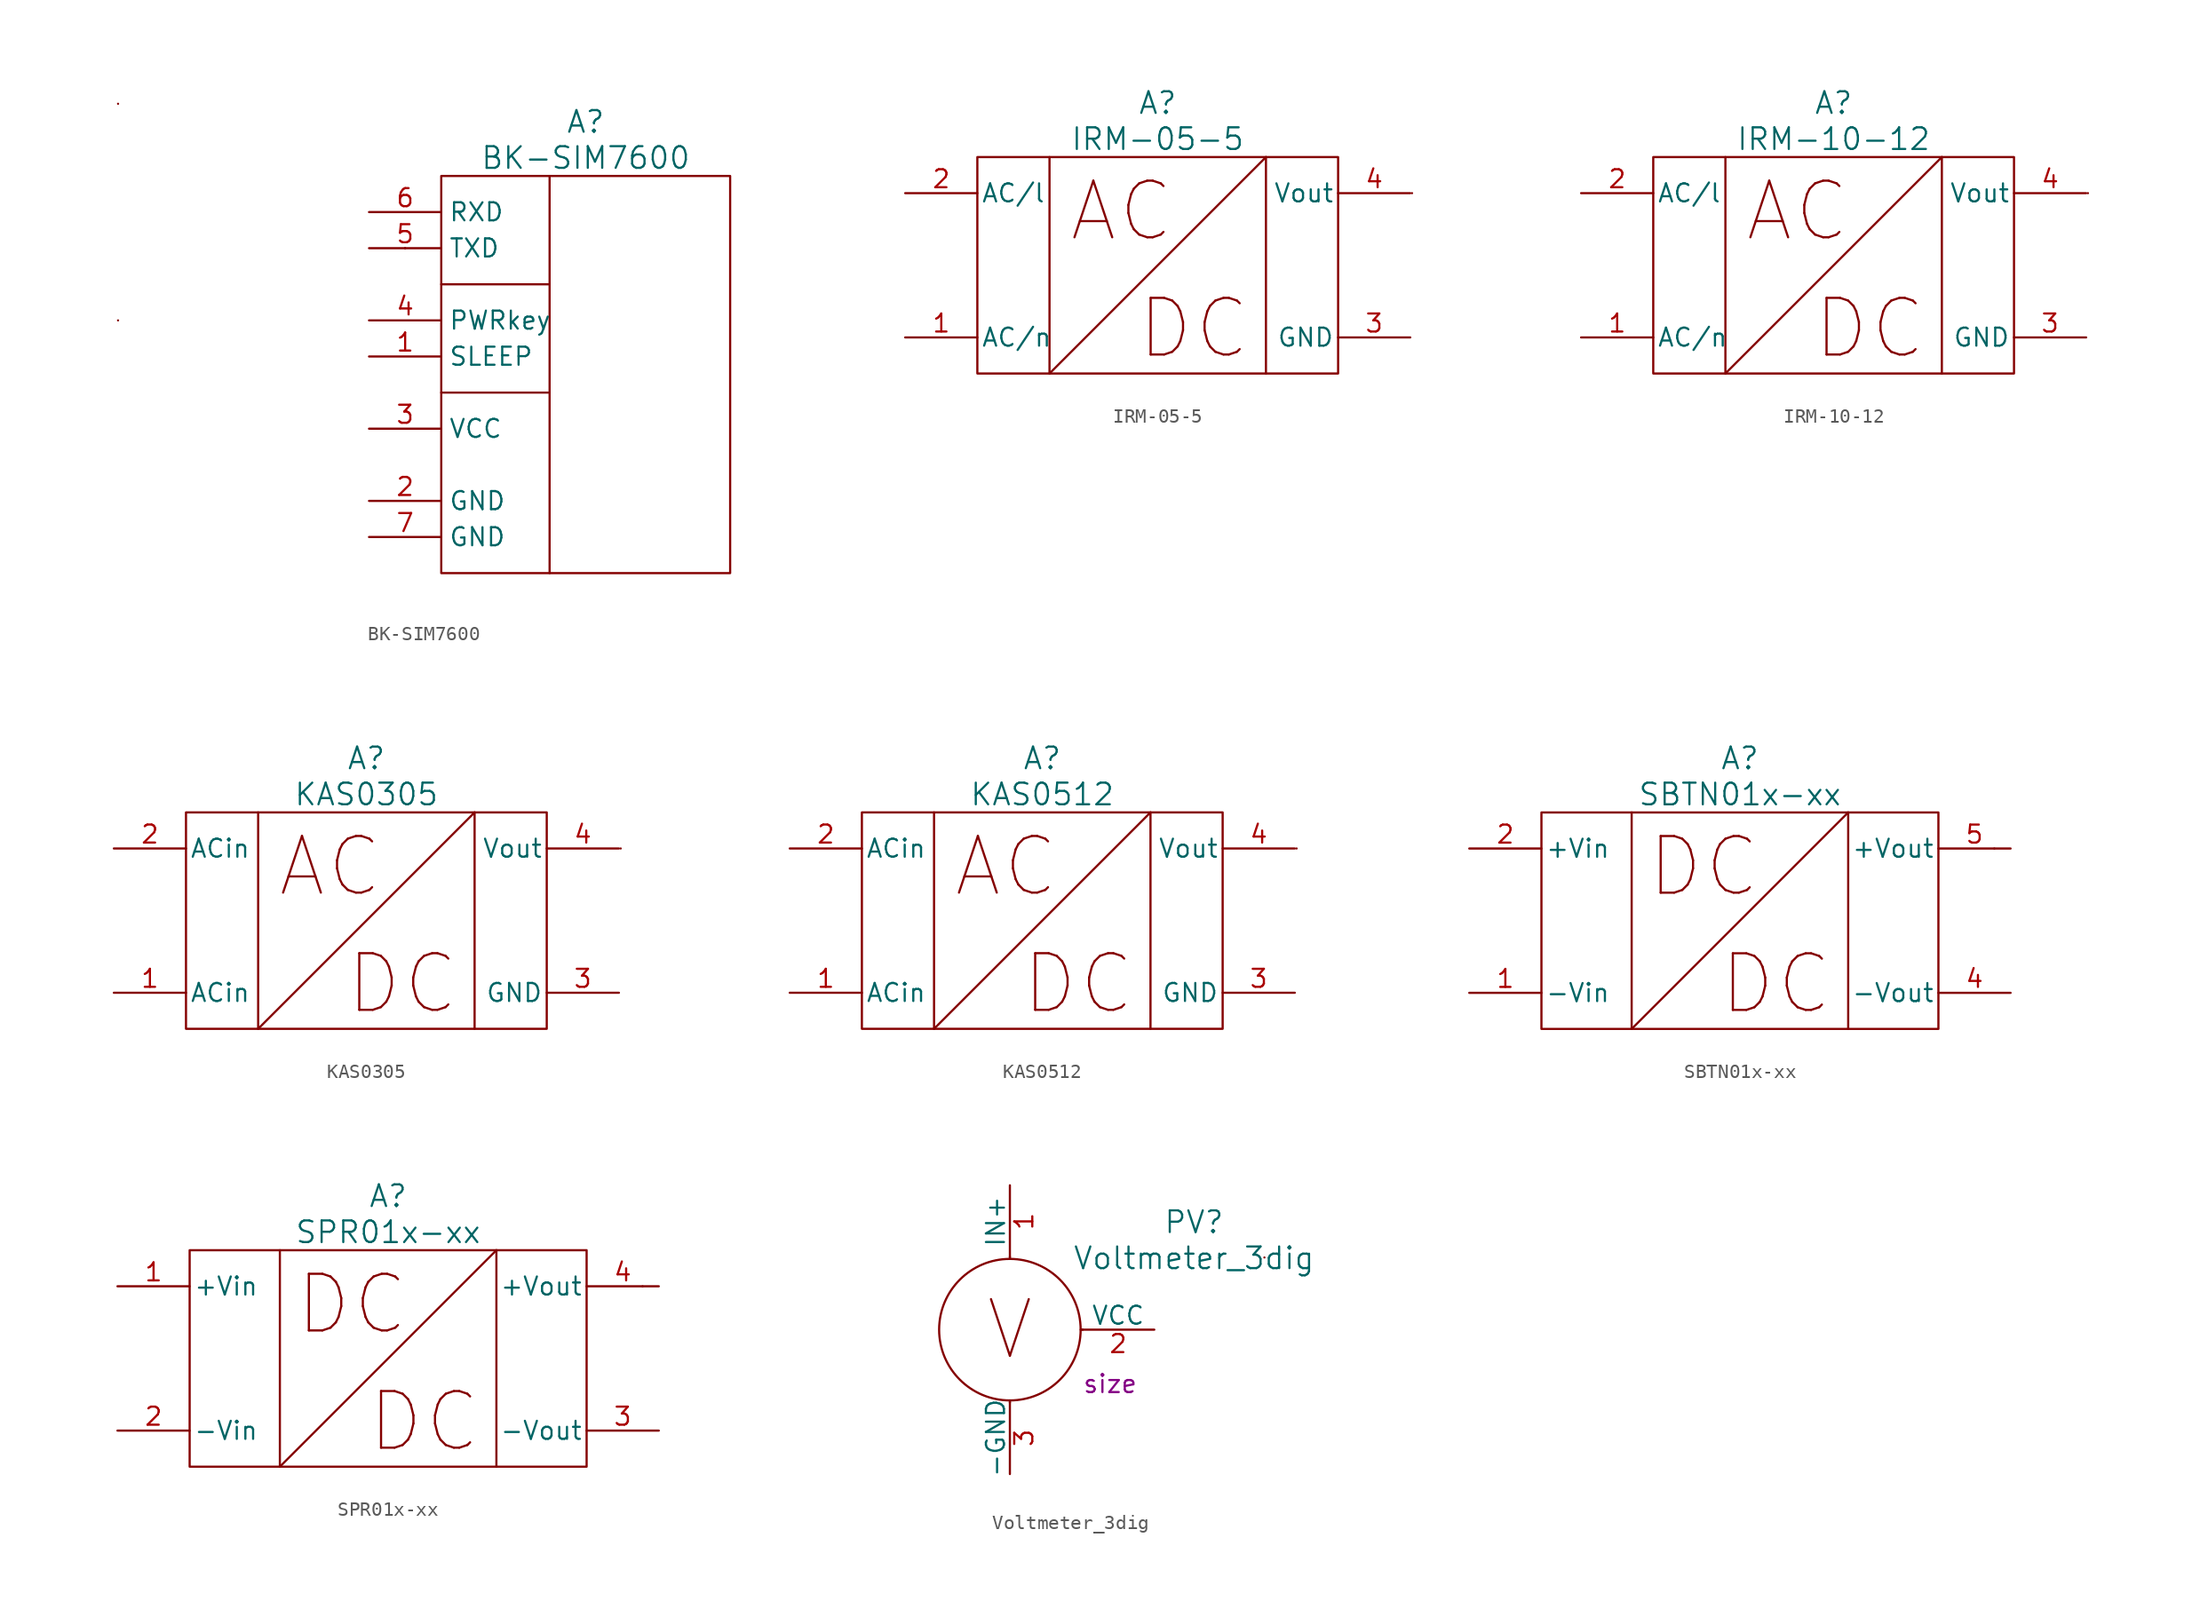
<source format=kicad_sym>
(kicad_symbol_lib
  (version 20220914)
  (generator kicad_symbol_editor)
  (symbol "BK-SIM7600"
    (pin_names
      (offset 0.5))
    (property "Reference" "A"
      (at 0 17.78 0)
      (do_not_autoplace)
      (effects (font (size 1.524 1.524))))
    (property "Value" "BK-SIM7600"
      (at 0 15.24 0)
      (do_not_autoplace)
      (effects (font (size 1.524 1.524))))
    (property "Datasheet" ""
      (at -10.16 11.43 0)
      (effects (font (size 1.524 1.524))))
    (symbol "BK-SIM7600_0_0"
      (polyline (pts (xy -2.54 13.97) (xy -2.54 -13.97)) (stroke (width 0) (type solid)) (fill (type none))))
    (symbol "BK-SIM7600_0_1"
      (polyline (pts (xy -32.893 3.81) (xy -32.893 3.81)) (stroke (width 0) (type solid)) (fill (type none)))
      (polyline (pts (xy -32.893 19.05) (xy -32.893 19.05)) (stroke (width 0) (type solid)) (fill (type none)))
      (polyline (pts (xy -12.7 8.89) (xy -12.7 8.89)) (stroke (width 0) (type solid)) (fill (type none)))
      (polyline (pts (xy -12.7 8.89) (xy -12.7 8.89)) (stroke (width 0) (type solid)) (fill (type none)))
      (polyline (pts (xy -10.16 -1.27) (xy -2.54 -1.27)) (stroke (width 0) (type solid)) (fill (type none)))
      (polyline (pts (xy -10.16 6.35) (xy -2.54 6.35)) (stroke (width 0) (type solid)) (fill (type none))))
    (symbol "BK-SIM7600_1_0"
      (rectangle (start -10.16 13.97) (end 10.16 -13.97) (stroke (width 0) (type solid)) (fill (type none)))
      (pin passive line (at -15.24 1.27 0) (length 5.08) (name "SLEEP" (effects (font (size 1.27 1.27)))) (number "1" (effects (font (size 1.27 1.27))))))
    (symbol "BK-SIM7600_1_1"
      (pin power_in line (at -15.24 -8.89 0) (length 5.08) (name "GND" (effects (font (size 1.27 1.27)))) (number "2" (effects (font (size 1.27 1.27)))))
      (pin power_in line (at -15.24 -3.81 0) (length 5.08) (name "VCC" (effects (font (size 1.27 1.27)))) (number "3" (effects (font (size 1.27 1.27)))))
      (pin passive line (at -15.24 3.81 0) (length 5.08) (name "PWRkey" (effects (font (size 1.27 1.27)))) (number "4" (effects (font (size 1.27 1.27)))))
      (pin output line (at -15.24 8.89 0) (length 5.08) (name "TXD" (effects (font (size 1.27 1.27)))) (number "5" (effects (font (size 1.27 1.27)))))
      (pin input line (at -15.24 11.43 0) (length 5.08) (name "RXD" (effects (font (size 1.27 1.27)))) (number "6" (effects (font (size 1.27 1.27)))))
      (pin power_in line (at -15.24 -11.43 0) (length 5.08) (name "GND" (effects (font (size 1.27 1.27)))) (number "7" (effects (font (size 1.27 1.27)))))))
  (symbol "IRM-05-5"
    (pin_names
      (offset 0.254))
    (property "Reference" "A"
      (at 0 11.43 0)
      (do_not_autoplace)
      (effects (font (size 1.524 1.524))))
    (property "Value" "IRM-05-5"
      (at 0 8.89 0)
      (do_not_autoplace)
      (effects (font (size 1.524 1.524))))
    (property "Datasheet" ""
      (at -12.7 3.81 0)
      (effects (font (size 1.524 1.524))))
    (symbol "IRM-05-5_0_0"
      (polyline (pts (xy -7.62 7.62) (xy -7.62 -7.62)) (stroke (width 0) (type solid)) (fill (type none)))
      (polyline (pts (xy 7.62 7.62) (xy 7.62 -7.62)) (stroke (width 0) (type solid)) (fill (type none)))
      (text "AC" (at -2.54 3.81 0) (effects (font (size 3.988 3.988))))
      (text "DC" (at 2.54 -4.445 0) (effects (font (size 3.988 3.988)))))
    (symbol "IRM-05-5_0_1"
      (polyline (pts (xy -7.62 -7.62) (xy 7.62 7.62)) (stroke (width 0) (type solid)) (fill (type none)))
      (polyline (pts (xy 17.907 5.08) (xy 17.907 5.08)) (stroke (width 0) (type solid)) (fill (type none))))
    (symbol "IRM-05-5_1_1"
      (rectangle (start -12.7 7.62) (end 12.7 -7.62) (stroke (width 0) (type solid)) (fill (type none)))
      (pin passive line (at -17.78 -5.08 0) (length 5.08) (name "AC/n" (effects (font (size 1.27 1.27)))) (number "1" (effects (font (size 1.27 1.27)))))
      (pin passive line (at -17.78 5.08 0) (length 5.08) (name "AC/l" (effects (font (size 1.27 1.27)))) (number "2" (effects (font (size 1.27 1.27)))))
      (pin power_out line (at 17.78 -5.08 180) (length 5.08) (name "GND" (effects (font (size 1.27 1.27)))) (number "3" (effects (font (size 1.27 1.27)))))
      (pin power_out line (at 17.78 5.08 180) (length 5.08) (name "Vout" (effects (font (size 1.27 1.27)))) (number "4" (effects (font (size 1.27 1.27)))))))
  (symbol "IRM-10-12"
    (pin_names
      (offset 0.254))
    (property "Reference" "A"
      (at 0 11.43 0)
      (do_not_autoplace)
      (effects (font (size 1.524 1.524))))
    (property "Value" "IRM-10-12"
      (at 0 8.89 0)
      (do_not_autoplace)
      (effects (font (size 1.524 1.524))))
    (property "Datasheet" ""
      (at -12.7 3.81 0)
      (effects (font (size 1.524 1.524))))
    (symbol "IRM-10-12_0_0"
      (polyline (pts (xy -7.62 7.62) (xy -7.62 -7.62)) (stroke (width 0) (type solid)) (fill (type none)))
      (polyline (pts (xy 7.62 7.62) (xy 7.62 -7.62)) (stroke (width 0) (type solid)) (fill (type none)))
      (text "AC" (at -2.54 3.81 0) (effects (font (size 3.988 3.988))))
      (text "DC" (at 2.54 -4.445 0) (effects (font (size 3.988 3.988)))))
    (symbol "IRM-10-12_0_1"
      (polyline (pts (xy -7.62 -7.62) (xy 7.62 7.62)) (stroke (width 0) (type solid)) (fill (type none)))
      (polyline (pts (xy 17.907 5.08) (xy 17.907 5.08)) (stroke (width 0) (type solid)) (fill (type none))))
    (symbol "IRM-10-12_1_1"
      (rectangle (start -12.7 7.62) (end 12.7 -7.62) (stroke (width 0) (type solid)) (fill (type none)))
      (pin passive line (at -17.78 -5.08 0) (length 5.08) (name "AC/n" (effects (font (size 1.27 1.27)))) (number "1" (effects (font (size 1.27 1.27)))))
      (pin passive line (at -17.78 5.08 0) (length 5.08) (name "AC/l" (effects (font (size 1.27 1.27)))) (number "2" (effects (font (size 1.27 1.27)))))
      (pin power_out line (at 17.78 -5.08 180) (length 5.08) (name "GND" (effects (font (size 1.27 1.27)))) (number "3" (effects (font (size 1.27 1.27)))))
      (pin power_out line (at 17.78 5.08 180) (length 5.08) (name "Vout" (effects (font (size 1.27 1.27)))) (number "4" (effects (font (size 1.27 1.27)))))))
  (symbol "KAS0305"
    (pin_names
      (offset 0.254))
    (property "Reference" "A"
      (at 0 11.43 0)
      (do_not_autoplace)
      (effects (font (size 1.524 1.524))))
    (property "Value" "KAS0305"
      (at 0 8.89 0)
      (do_not_autoplace)
      (effects (font (size 1.524 1.524))))
    (property "Datasheet" ""
      (at -12.7 3.81 0)
      (effects (font (size 1.524 1.524))))
    (symbol "KAS0305_0_0"
      (polyline (pts (xy -7.62 7.62) (xy -7.62 -7.62)) (stroke (width 0) (type solid)) (fill (type none)))
      (polyline (pts (xy 7.62 7.62) (xy 7.62 -7.62)) (stroke (width 0) (type solid)) (fill (type none)))
      (text "AC" (at -2.54 3.81 0) (effects (font (size 3.988 3.988))))
      (text "DC" (at 2.54 -4.445 0) (effects (font (size 3.988 3.988)))))
    (symbol "KAS0305_0_1"
      (polyline (pts (xy -7.62 -7.62) (xy 7.62 7.62)) (stroke (width 0) (type solid)) (fill (type none)))
      (polyline (pts (xy 17.907 5.08) (xy 17.907 5.08)) (stroke (width 0) (type solid)) (fill (type none))))
    (symbol "KAS0305_1_1"
      (rectangle (start -12.7 7.62) (end 12.7 -7.62) (stroke (width 0) (type solid)) (fill (type none)))
      (pin passive line (at -17.78 -5.08 0) (length 5.08) (name "ACin" (effects (font (size 1.27 1.27)))) (number "1" (effects (font (size 1.27 1.27)))))
      (pin passive line (at -17.78 5.08 0) (length 5.08) (name "ACin" (effects (font (size 1.27 1.27)))) (number "2" (effects (font (size 1.27 1.27)))))
      (pin power_out line (at 17.78 -5.08 180) (length 5.08) (name "GND" (effects (font (size 1.27 1.27)))) (number "3" (effects (font (size 1.27 1.27)))))
      (pin power_out line (at 17.78 5.08 180) (length 5.08) (name "Vout" (effects (font (size 1.27 1.27)))) (number "4" (effects (font (size 1.27 1.27)))))))
  (symbol "KAS0512"
    (pin_names
      (offset 0.254))
    (property "Reference" "A"
      (at 0 11.43 0)
      (do_not_autoplace)
      (effects (font (size 1.524 1.524))))
    (property "Value" "KAS0512"
      (at 0 8.89 0)
      (do_not_autoplace)
      (effects (font (size 1.524 1.524))))
    (property "Datasheet" ""
      (at -12.7 3.81 0)
      (effects (font (size 1.524 1.524))))
    (symbol "KAS0512_0_0"
      (polyline (pts (xy -7.62 7.62) (xy -7.62 -7.62)) (stroke (width 0) (type solid)) (fill (type none)))
      (polyline (pts (xy 7.62 7.62) (xy 7.62 -7.62)) (stroke (width 0) (type solid)) (fill (type none)))
      (text "AC" (at -2.54 3.81 0) (effects (font (size 3.988 3.988))))
      (text "DC" (at 2.54 -4.445 0) (effects (font (size 3.988 3.988)))))
    (symbol "KAS0512_0_1"
      (polyline (pts (xy -7.62 -7.62) (xy 7.62 7.62)) (stroke (width 0) (type solid)) (fill (type none)))
      (polyline (pts (xy 17.907 5.08) (xy 17.907 5.08)) (stroke (width 0) (type solid)) (fill (type none))))
    (symbol "KAS0512_1_1"
      (rectangle (start -12.7 7.62) (end 12.7 -7.62) (stroke (width 0) (type solid)) (fill (type none)))
      (pin passive line (at -17.78 -5.08 0) (length 5.08) (name "ACin" (effects (font (size 1.27 1.27)))) (number "1" (effects (font (size 1.27 1.27)))))
      (pin passive line (at -17.78 5.08 0) (length 5.08) (name "ACin" (effects (font (size 1.27 1.27)))) (number "2" (effects (font (size 1.27 1.27)))))
      (pin power_out line (at 17.78 -5.08 180) (length 5.08) (name "GND" (effects (font (size 1.27 1.27)))) (number "3" (effects (font (size 1.27 1.27)))))
      (pin power_out line (at 17.78 5.08 180) (length 5.08) (name "Vout" (effects (font (size 1.27 1.27)))) (number "4" (effects (font (size 1.27 1.27)))))))
  (symbol "SBTN01x-xx"
    (pin_names
      (offset 0.254))
    (property "Reference" "A"
      (at 0 11.43 0)
      (do_not_autoplace)
      (effects (font (size 1.524 1.524))))
    (property "Value" "SBTN01x-xx"
      (at 0 8.89 0)
      (do_not_autoplace)
      (effects (font (size 1.524 1.524))))
    (property "Datasheet" ""
      (at -12.7 3.81 0)
      (effects (font (size 1.524 1.524))))
    (symbol "SBTN01x-xx_0_0"
      (polyline (pts (xy -7.62 7.62) (xy -7.62 -7.62)) (stroke (width 0) (type solid)) (fill (type none)))
      (polyline (pts (xy 7.62 7.62) (xy 7.62 -7.62)) (stroke (width 0) (type solid)) (fill (type none)))
      (text "DC" (at -2.54 3.81 0) (effects (font (size 3.988 3.988))))
      (text "DC" (at 2.54 -4.445 0) (effects (font (size 3.988 3.988)))))
    (symbol "SBTN01x-xx_0_1"
      (polyline (pts (xy -7.62 -7.62) (xy 7.62 7.62)) (stroke (width 0) (type solid)) (fill (type none)))
      (polyline (pts (xy 17.907 5.08) (xy 17.907 5.08)) (stroke (width 0) (type solid)) (fill (type none))))
    (symbol "SBTN01x-xx_1_1"
      (rectangle (start -13.97 7.62) (end 13.97 -7.62) (stroke (width 0) (type solid)) (fill (type none)))
      (pin power_in line (at -19.05 -5.08 0) (length 5.08) (name "-Vin" (effects (font (size 1.27 1.27)))) (number "1" (effects (font (size 1.27 1.27)))))
      (pin power_in line (at -19.05 5.08 0) (length 5.08) (name "+Vin" (effects (font (size 1.27 1.27)))) (number "2" (effects (font (size 1.27 1.27)))))
      (pin power_out line (at 19.05 -5.08 180) (length 5.08) (name "-Vout" (effects (font (size 1.27 1.27)))) (number "4" (effects (font (size 1.27 1.27)))))
      (pin power_out line (at 19.05 5.08 180) (length 5.08) (name "+Vout" (effects (font (size 1.27 1.27)))) (number "5" (effects (font (size 1.27 1.27)))))
      (pin no_connect line (at -19.05 0 0) (length 5.08) hide (name "NC" (effects (font (size 1.27 1.27)))) (number "8" (effects (font (size 1.27 1.27)))))))
  (symbol "SPR01x-xx"
    (pin_names
      (offset 0.254))
    (property "Reference" "A"
      (at 0 11.43 0)
      (do_not_autoplace)
      (effects (font (size 1.524 1.524))))
    (property "Value" "SPR01x-xx"
      (at 0 8.89 0)
      (do_not_autoplace)
      (effects (font (size 1.524 1.524))))
    (property "Datasheet" ""
      (at -12.7 3.81 0)
      (effects (font (size 1.524 1.524))))
    (symbol "SPR01x-xx_0_0"
      (polyline (pts (xy -7.62 7.62) (xy -7.62 -7.62)) (stroke (width 0) (type solid)) (fill (type none)))
      (polyline (pts (xy 7.62 7.62) (xy 7.62 -7.62)) (stroke (width 0) (type solid)) (fill (type none)))
      (text "DC" (at -2.54 3.81 0) (effects (font (size 3.988 3.988))))
      (text "DC" (at 2.54 -4.445 0) (effects (font (size 3.988 3.988)))))
    (symbol "SPR01x-xx_0_1"
      (polyline (pts (xy -7.62 -7.62) (xy 7.62 7.62)) (stroke (width 0) (type solid)) (fill (type none)))
      (polyline (pts (xy 17.907 5.08) (xy 17.907 5.08)) (stroke (width 0) (type solid)) (fill (type none))))
    (symbol "SPR01x-xx_1_1"
      (rectangle (start -13.97 7.62) (end 13.97 -7.62) (stroke (width 0) (type solid)) (fill (type none)))
      (pin power_in line (at -19.05 5.08 0) (length 5.08) (name "+Vin" (effects (font (size 1.27 1.27)))) (number "1" (effects (font (size 1.27 1.27)))))
      (pin power_in line (at -19.05 -5.08 0) (length 5.08) (name "-Vin" (effects (font (size 1.27 1.27)))) (number "2" (effects (font (size 1.27 1.27)))))
      (pin power_out line (at 19.05 -5.08 180) (length 5.08) (name "-Vout" (effects (font (size 1.27 1.27)))) (number "3" (effects (font (size 1.27 1.27)))))
      (pin power_out line (at 19.05 5.08 180) (length 5.08) (name "+Vout" (effects (font (size 1.27 1.27)))) (number "4" (effects (font (size 1.27 1.27)))))))
  (symbol "Voltmeter_3dig"
    (pin_names
      (offset 0))
    (property "Reference" "PV"
      (at 12.954 7.569 0)
      (effects (font (size 1.524 1.524))))
    (property "Value" "Voltmeter_3dig"
      (at 12.954 5.029 0)
      (effects (font (size 1.524 1.524))))
    (property "Datasheet" ""
      (at -12.7 3.81 0)
      (effects (font (size 1.524 1.524))))
    (property "Size" "size"
      (at 5.08 -3.81 0)
      (effects (font (size 1.27 1.27)) (justify left)))
    (symbol "Voltmeter_3dig_0_0"
      (polyline (pts (xy 0 -5.131) (xy 0 -4.978)) (stroke (width 0) (type solid)) (fill (type none)))
      (polyline (pts (xy 0 5.131) (xy 0 4.978)) (stroke (width 0) (type solid)) (fill (type none)))
      (polyline (pts (xy 5.131 0) (xy 4.978 0)) (stroke (width 0) (type solid)) (fill (type none)))
      (text "V" (at 0 0 0) (effects (font (size 3.988 3.988)))))
    (symbol "Voltmeter_3dig_0_1"
      (polyline (pts (xy 17.907 5.08) (xy 17.907 5.08)) (stroke (width 0) (type solid)) (fill (type none)))
      (circle (center 0 0) (radius 4.978) (stroke (width 0) (type solid)) (fill (type none))))
    (symbol "Voltmeter_3dig_1_1"
      (pin input line (at 0 10.16 270) (length 5.08) (name "IN+" (effects (font (size 1.27 1.27)))) (number "1" (effects (font (size 1.27 1.27)))))
      (pin power_in line (at 10.16 0 180) (length 5.08) (name "VCC" (effects (font (size 1.27 1.27)))) (number "2" (effects (font (size 1.27 1.27)))))
      (pin power_in line (at 0 -10.16 90) (length 5.08) (name "-GND" (effects (font (size 1.27 1.27)))) (number "3" (effects (font (size 1.27 1.27))))))))
</source>
